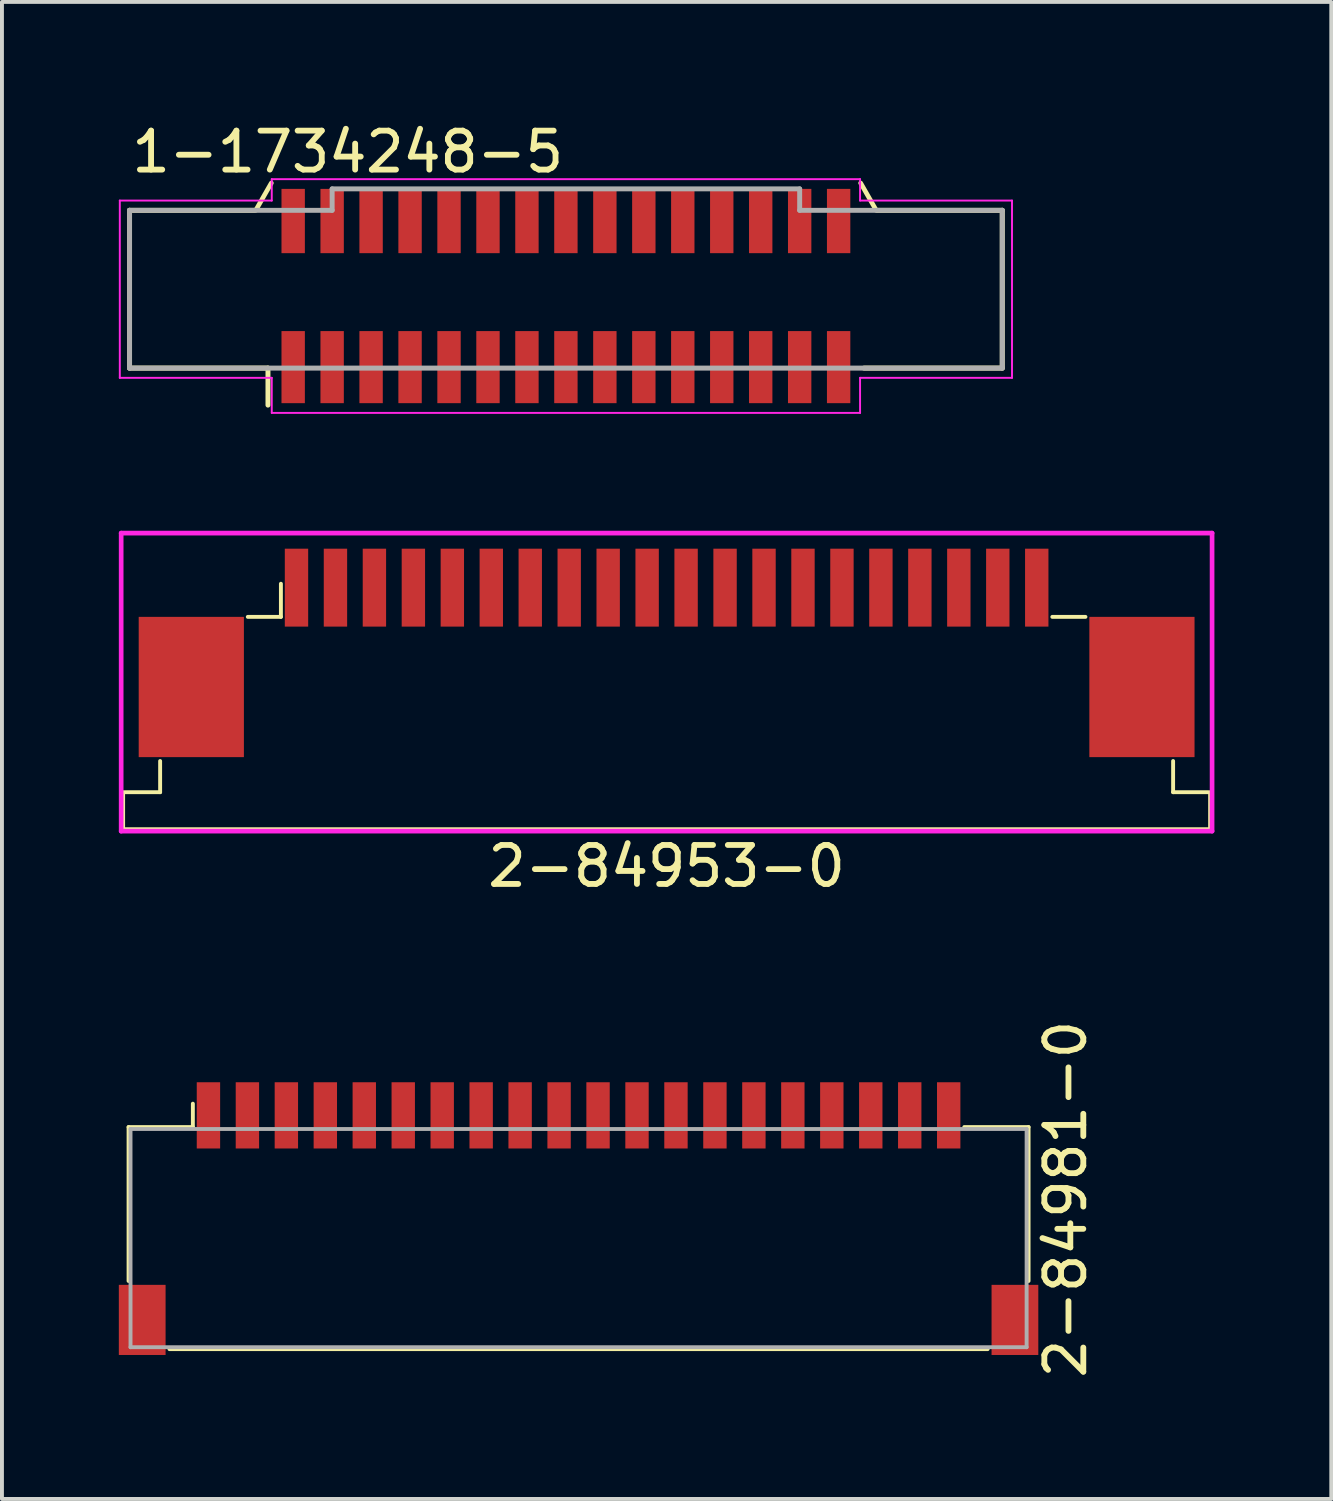
<source format=kicad_pcb>
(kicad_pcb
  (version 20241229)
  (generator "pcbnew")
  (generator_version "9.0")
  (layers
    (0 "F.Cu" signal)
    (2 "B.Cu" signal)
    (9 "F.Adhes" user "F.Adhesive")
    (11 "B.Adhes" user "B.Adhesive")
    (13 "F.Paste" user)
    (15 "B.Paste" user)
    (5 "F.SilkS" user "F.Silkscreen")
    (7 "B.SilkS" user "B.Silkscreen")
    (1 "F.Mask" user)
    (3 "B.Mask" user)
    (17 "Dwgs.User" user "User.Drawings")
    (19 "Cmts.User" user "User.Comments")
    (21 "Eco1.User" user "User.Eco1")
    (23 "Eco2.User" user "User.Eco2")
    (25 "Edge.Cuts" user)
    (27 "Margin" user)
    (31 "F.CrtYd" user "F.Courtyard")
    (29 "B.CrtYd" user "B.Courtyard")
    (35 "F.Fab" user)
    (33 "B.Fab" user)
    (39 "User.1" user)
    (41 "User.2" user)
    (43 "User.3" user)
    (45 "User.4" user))
  (footprint "2-84981-0"
    (layer "F.Cu")
    (at 11.8 28.728)
    (property "Reference" "2-84981-0" (at 12.5 -1 90) (layer "F.SilkS") (effects (font (size 1 1) (thickness 0.15))))
    (attr through_hole)
    (fp_line (start -11.55 -2.85) (end -9.9 -2.85) (stroke (width 0.1) (type solid)) (layer "F.SilkS"))
    (fp_line (start -11.55 1.1) (end -11.55 -2.85) (stroke (width 0.1) (type solid)) (layer "F.SilkS"))
    (fp_line (start -9.9 -3.45) (end -9.9 -2.85) (stroke (width 0.1) (type solid)) (layer "F.SilkS"))
    (fp_line (start 9.9 -2.85) (end 11.55 -2.85) (stroke (width 0.1) (type solid)) (layer "F.SilkS"))
    (fp_line (start 10.5 2.85) (end -10.5 2.85) (stroke (width 0.1) (type solid)) (layer "F.SilkS"))
    (fp_line (start 11.55 -2.85) (end 11.55 1.1) (stroke (width 0.1) (type solid)) (layer "F.SilkS"))
    (fp_line (start -11.5 -2.8) (end 11.5 -2.8) (stroke (width 0.1) (type solid)) (layer "F.Fab"))
    (fp_line (start -11.5 2.8) (end -11.5 -2.8) (stroke (width 0.1) (type solid)) (layer "F.Fab"))
    (fp_line (start 11.5 -2.8) (end 11.5 2.8) (stroke (width 0.1) (type solid)) (layer "F.Fab"))
    (fp_line (start 11.5 2.8) (end -11.5 2.8) (stroke (width 0.1) (type solid)) (layer "F.Fab"))
    (pad "" smd rect (at -11.2 2.1) (size 1.2 1.8) (layers "F.Cu" "F.Mask" "F.Paste"))
    (pad "" smd rect (at 11.2 2.1) (size 1.2 1.8) (layers "F.Cu" "F.Mask" "F.Paste"))
    (pad "1" smd rect (at -9.5 -3.15) (size 0.6 1.7) (layers "F.Cu" "F.Mask" "F.Paste"))
    (pad "2" smd rect (at -8.5 -3.15) (size 0.6 1.7) (layers "F.Cu" "F.Mask" "F.Paste"))
    (pad "3" smd rect (at -7.5 -3.15) (size 0.6 1.7) (layers "F.Cu" "F.Mask" "F.Paste"))
    (pad "4" smd rect (at -6.5 -3.15) (size 0.6 1.7) (layers "F.Cu" "F.Mask" "F.Paste"))
    (pad "5" smd rect (at -5.5 -3.15) (size 0.6 1.7) (layers "F.Cu" "F.Mask" "F.Paste"))
    (pad "6" smd rect (at -4.5 -3.15) (size 0.6 1.7) (layers "F.Cu" "F.Mask" "F.Paste"))
    (pad "7" smd rect (at -3.5 -3.15) (size 0.6 1.7) (layers "F.Cu" "F.Mask" "F.Paste"))
    (pad "8" smd rect (at -2.5 -3.15) (size 0.6 1.7) (layers "F.Cu" "F.Mask" "F.Paste"))
    (pad "9" smd rect (at -1.5 -3.15) (size 0.6 1.7) (layers "F.Cu" "F.Mask" "F.Paste"))
    (pad "10" smd rect (at -0.5 -3.15) (size 0.6 1.7) (layers "F.Cu" "F.Mask" "F.Paste"))
    (pad "11" smd rect (at 0.5 -3.15) (size 0.6 1.7) (layers "F.Cu" "F.Mask" "F.Paste"))
    (pad "12" smd rect (at 1.5 -3.15) (size 0.6 1.7) (layers "F.Cu" "F.Mask" "F.Paste"))
    (pad "13" smd rect (at 2.5 -3.15) (size 0.6 1.7) (layers "F.Cu" "F.Mask" "F.Paste"))
    (pad "14" smd rect (at 3.5 -3.15) (size 0.6 1.7) (layers "F.Cu" "F.Mask" "F.Paste"))
    (pad "15" smd rect (at 4.5 -3.15) (size 0.6 1.7) (layers "F.Cu" "F.Mask" "F.Paste"))
    (pad "16" smd rect (at 5.5 -3.15) (size 0.6 1.7) (layers "F.Cu" "F.Mask" "F.Paste"))
    (pad "17" smd rect (at 6.5 -3.15) (size 0.6 1.7) (layers "F.Cu" "F.Mask" "F.Paste"))
    (pad "18" smd rect (at 7.5 -3.15) (size 0.6 1.7) (layers "F.Cu" "F.Mask" "F.Paste"))
    (pad "19" smd rect (at 8.5 -3.15) (size 0.6 1.7) (layers "F.Cu" "F.Mask" "F.Paste"))
    (pad "20" smd rect (at 9.5 -3.15) (size 0.6 1.7) (layers "F.Cu" "F.Mask" "F.Paste")))
  (footprint "1-1734248-5"
    (layer "F.Cu")
    (at 11.475 4.348)
    (property "Reference" "1-1734248-5" (at -5.6 -3.5 0) (layer "F.SilkS") (effects (font (size 1 1) (thickness 0.15))))
    (attr through_hole)
    (fp_line (start -11.2 -2) (end -8 -2) (stroke (width 0.127) (type solid)) (layer "F.SilkS"))
    (fp_line (start -11.2 2.05) (end -11.2 -2) (stroke (width 0.127) (type solid)) (layer "F.SilkS"))
    (fp_line (start -11.2 2.05) (end -7.65 2.05) (stroke (width 0.127) (type solid)) (layer "F.SilkS"))
    (fp_line (start -7.647 3) (end -7.647 2.049) (stroke (width 0.127) (type solid)) (layer "F.SilkS"))
    (fp_line (start -7.561 -2.7) (end -7.961 -2) (stroke (width 0.12) (type solid)) (layer "F.SilkS"))
    (fp_line (start 7.565 -2.7) (end 7.965 -2) (stroke (width 0.12) (type solid)) (layer "F.SilkS"))
    (fp_line (start 11.2 -2) (end 8 -2) (stroke (width 0.127) (type solid)) (layer "F.SilkS"))
    (fp_line (start 11.2 2.05) (end 7.65 2.05) (stroke (width 0.127) (type solid)) (layer "F.SilkS"))
    (fp_line (start 11.2 2.05) (end 11.2 -2) (stroke (width 0.127) (type solid)) (layer "F.SilkS"))
    (fp_line (start -11.45 -2.25) (end -7.55 -2.25) (stroke (width 0.05) (type solid)) (layer "F.CrtYd"))
    (fp_line (start -11.45 2.3) (end -11.45 -2.25) (stroke (width 0.05) (type solid)) (layer "F.CrtYd"))
    (fp_line (start -7.55 -2.8) (end 7.55 -2.8) (stroke (width 0.05) (type solid)) (layer "F.CrtYd"))
    (fp_line (start -7.55 -2.25) (end -7.55 -2.8) (stroke (width 0.05) (type solid)) (layer "F.CrtYd"))
    (fp_line (start -7.55 2.3) (end -11.45 2.3) (stroke (width 0.05) (type solid)) (layer "F.CrtYd"))
    (fp_line (start -7.55 3.2) (end -7.55 2.3) (stroke (width 0.05) (type solid)) (layer "F.CrtYd"))
    (fp_line (start 7.55 -2.8) (end 7.55 -2.25) (stroke (width 0.05) (type solid)) (layer "F.CrtYd"))
    (fp_line (start 7.55 -2.25) (end 11.45 -2.25) (stroke (width 0.05) (type solid)) (layer "F.CrtYd"))
    (fp_line (start 7.55 2.3) (end 7.55 3.2) (stroke (width 0.05) (type solid)) (layer "F.CrtYd"))
    (fp_line (start 7.55 3.2) (end -7.55 3.2) (stroke (width 0.05) (type solid)) (layer "F.CrtYd"))
    (fp_line (start 11.45 -2.25) (end 11.45 2.3) (stroke (width 0.05) (type solid)) (layer "F.CrtYd"))
    (fp_line (start 11.45 2.3) (end 7.55 2.3) (stroke (width 0.05) (type solid)) (layer "F.CrtYd"))
    (fp_line (start -11.2 -2) (end -6 -2) (stroke (width 0.127) (type solid)) (layer "F.Fab"))
    (fp_line (start -11.2 2.05) (end -11.2 -2) (stroke (width 0.127) (type solid)) (layer "F.Fab"))
    (fp_line (start -6 -2.55) (end 6 -2.55) (stroke (width 0.127) (type solid)) (layer "F.Fab"))
    (fp_line (start -6 -2) (end -6 -2.55) (stroke (width 0.127) (type solid)) (layer "F.Fab"))
    (fp_line (start 6 -2) (end 6 -2.55) (stroke (width 0.127) (type solid)) (layer "F.Fab"))
    (fp_line (start 11.2 -2) (end 6 -2) (stroke (width 0.127) (type solid)) (layer "F.Fab"))
    (fp_line (start 11.2 2.05) (end -11.2 2.05) (stroke (width 0.127) (type solid)) (layer "F.Fab"))
    (fp_line (start 11.2 2.05) (end 11.2 -2) (stroke (width 0.127) (type solid)) (layer "F.Fab"))
    (pad "1" smd rect (at -7 2.025) (size 0.6 1.85) (layers "F.Cu" "F.Mask" "F.Paste"))
    (pad "2" smd rect (at -6 2.025) (size 0.6 1.85) (layers "F.Cu" "F.Mask" "F.Paste"))
    (pad "3" smd rect (at -5 2.025) (size 0.6 1.85) (layers "F.Cu" "F.Mask" "F.Paste"))
    (pad "4" smd rect (at -4 2.025) (size 0.6 1.85) (layers "F.Cu" "F.Mask" "F.Paste"))
    (pad "5" smd rect (at -3 2.025) (size 0.6 1.85) (layers "F.Cu" "F.Mask" "F.Paste"))
    (pad "6" smd rect (at -2 2.025) (size 0.6 1.85) (layers "F.Cu" "F.Mask" "F.Paste"))
    (pad "7" smd rect (at -1 2.025) (size 0.6 1.85) (layers "F.Cu" "F.Mask" "F.Paste"))
    (pad "8" smd rect (at 0 2.025) (size 0.6 1.85) (layers "F.Cu" "F.Mask" "F.Paste"))
    (pad "9" smd rect (at 1 2.025) (size 0.6 1.85) (layers "F.Cu" "F.Mask" "F.Paste"))
    (pad "10" smd rect (at 2 2.025) (size 0.6 1.85) (layers "F.Cu" "F.Mask" "F.Paste"))
    (pad "11" smd rect (at 3 2.025) (size 0.6 1.85) (layers "F.Cu" "F.Mask" "F.Paste"))
    (pad "12" smd rect (at 4 2.025) (size 0.6 1.85) (layers "F.Cu" "F.Mask" "F.Paste"))
    (pad "13" smd rect (at 5 2.025) (size 0.6 1.85) (layers "F.Cu" "F.Mask" "F.Paste"))
    (pad "14" smd rect (at 6 2.025) (size 0.6 1.85) (layers "F.Cu" "F.Mask" "F.Paste"))
    (pad "15" smd rect (at 7 2.025) (size 0.6 1.85) (layers "F.Cu" "F.Mask" "F.Paste"))
    (pad "16" smd rect (at 7 -1.725) (size 0.6 1.65) (layers "F.Cu" "F.Mask" "F.Paste"))
    (pad "17" smd rect (at 6 -1.725) (size 0.6 1.65) (layers "F.Cu" "F.Mask" "F.Paste"))
    (pad "18" smd rect (at 5 -1.725) (size 0.6 1.65) (layers "F.Cu" "F.Mask" "F.Paste"))
    (pad "19" smd rect (at 4 -1.725) (size 0.6 1.65) (layers "F.Cu" "F.Mask" "F.Paste"))
    (pad "20" smd rect (at 3 -1.725) (size 0.6 1.65) (layers "F.Cu" "F.Mask" "F.Paste"))
    (pad "21" smd rect (at 2 -1.725) (size 0.6 1.65) (layers "F.Cu" "F.Mask" "F.Paste"))
    (pad "22" smd rect (at 1 -1.725) (size 0.6 1.65) (layers "F.Cu" "F.Mask" "F.Paste"))
    (pad "23" smd rect (at 0 -1.725) (size 0.6 1.65) (layers "F.Cu" "F.Mask" "F.Paste"))
    (pad "24" smd rect (at -1 -1.725) (size 0.6 1.65) (layers "F.Cu" "F.Mask" "F.Paste"))
    (pad "25" smd rect (at -2 -1.725) (size 0.6 1.65) (layers "F.Cu" "F.Mask" "F.Paste"))
    (pad "26" smd rect (at -3 -1.725) (size 0.6 1.65) (layers "F.Cu" "F.Mask" "F.Paste"))
    (pad "27" smd rect (at -4 -1.725) (size 0.6 1.65) (layers "F.Cu" "F.Mask" "F.Paste"))
    (pad "28" smd rect (at -5 -1.725) (size 0.6 1.65) (layers "F.Cu" "F.Mask" "F.Paste"))
    (pad "29" smd rect (at -6 -1.725) (size 0.6 1.65) (layers "F.Cu" "F.Mask" "F.Paste"))
    (pad "30" smd rect (at -7 -1.725) (size 0.6 1.65) (layers "F.Cu" "F.Mask" "F.Paste")))
  (footprint "2-84953-0"
    (layer "F.Cu")
    (at 14.06 13.933)
    (property "Reference" "2-84953-0" (at 0 5.25 0) (layer "F.SilkS") (effects (font (size 1 1) (thickness 0.15))))
    (attr through_hole)
    (fp_line (start -13.95 3.35) (end -13.95 4.3) (stroke (width 0.1) (type solid)) (layer "F.SilkS"))
    (fp_line (start -13.95 4.3) (end 13.95 4.3) (stroke (width 0.1) (type solid)) (layer "F.SilkS"))
    (fp_line (start -13 2.55) (end -13 3.35) (stroke (width 0.1) (type solid)) (layer "F.SilkS"))
    (fp_line (start -13 3.35) (end -13.9 3.35) (stroke (width 0.1) (type solid)) (layer "F.SilkS"))
    (fp_line (start -9.9 -1.15) (end -10.75 -1.15) (stroke (width 0.1) (type solid)) (layer "F.SilkS"))
    (fp_line (start -9.9 -1.15) (end -9.9 -2) (stroke (width 0.1) (type solid)) (layer "F.SilkS"))
    (fp_line (start 9.9 -1.15) (end 10.75 -1.15) (stroke (width 0.1) (type solid)) (layer "F.SilkS"))
    (fp_line (start 13 2.55) (end 13 3.35) (stroke (width 0.1) (type solid)) (layer "F.SilkS"))
    (fp_line (start 13 3.35) (end 13.9 3.35) (stroke (width 0.1) (type solid)) (layer "F.SilkS"))
    (fp_line (start 13.95 3.35) (end 13.95 4.3) (stroke (width 0.1) (type solid)) (layer "F.SilkS"))
    (fp_line (start -14 -3.3) (end 14 -3.3) (stroke (width 0.12) (type solid)) (layer "F.CrtYd"))
    (fp_line (start -14 4.35) (end -14 -3.3) (stroke (width 0.12) (type solid)) (layer "F.CrtYd"))
    (fp_line (start 14 -3.3) (end 14 4.35) (stroke (width 0.12) (type solid)) (layer "F.CrtYd"))
    (fp_line (start 14 4.35) (end -14 4.35) (stroke (width 0.12) (type solid)) (layer "F.CrtYd"))
    (pad "" smd rect (at -12.2 0.65) (size 2.7 3.6) (layers "F.Cu" "F.Mask" "F.Paste"))
    (pad "" smd rect (at 12.2 0.65) (size 2.7 3.6) (layers "F.Cu" "F.Mask" "F.Paste"))
    (pad "1" smd rect (at -9.5 -1.9) (size 0.6 2) (layers "F.Cu" "F.Mask" "F.Paste"))
    (pad "2" smd rect (at -8.5 -1.9) (size 0.6 2) (layers "F.Cu" "F.Mask" "F.Paste"))
    (pad "3" smd rect (at -7.5 -1.9) (size 0.6 2) (layers "F.Cu" "F.Mask" "F.Paste"))
    (pad "4" smd rect (at -6.5 -1.9) (size 0.6 2) (layers "F.Cu" "F.Mask" "F.Paste"))
    (pad "5" smd rect (at -5.5 -1.9) (size 0.6 2) (layers "F.Cu" "F.Mask" "F.Paste"))
    (pad "6" smd rect (at -4.5 -1.9) (size 0.6 2) (layers "F.Cu" "F.Mask" "F.Paste"))
    (pad "7" smd rect (at -3.5 -1.9) (size 0.6 2) (layers "F.Cu" "F.Mask" "F.Paste"))
    (pad "8" smd rect (at -2.5 -1.9) (size 0.6 2) (layers "F.Cu" "F.Mask" "F.Paste"))
    (pad "9" smd rect (at -1.5 -1.9) (size 0.6 2) (layers "F.Cu" "F.Mask" "F.Paste"))
    (pad "10" smd rect (at -0.5 -1.9) (size 0.6 2) (layers "F.Cu" "F.Mask" "F.Paste"))
    (pad "11" smd rect (at 0.5 -1.9) (size 0.6 2) (layers "F.Cu" "F.Mask" "F.Paste"))
    (pad "12" smd rect (at 1.5 -1.9) (size 0.6 2) (layers "F.Cu" "F.Mask" "F.Paste"))
    (pad "13" smd rect (at 2.5 -1.9) (size 0.6 2) (layers "F.Cu" "F.Mask" "F.Paste"))
    (pad "14" smd rect (at 3.5 -1.9) (size 0.6 2) (layers "F.Cu" "F.Mask" "F.Paste"))
    (pad "15" smd rect (at 4.5 -1.9) (size 0.6 2) (layers "F.Cu" "F.Mask" "F.Paste"))
    (pad "16" smd rect (at 5.5 -1.9) (size 0.6 2) (layers "F.Cu" "F.Mask" "F.Paste"))
    (pad "17" smd rect (at 6.5 -1.9) (size 0.6 2) (layers "F.Cu" "F.Mask" "F.Paste"))
    (pad "18" smd rect (at 7.5 -1.9) (size 0.6 2) (layers "F.Cu" "F.Mask" "F.Paste"))
    (pad "19" smd rect (at 8.5 -1.9) (size 0.6 2) (layers "F.Cu" "F.Mask" "F.Paste"))
    (pad "20" smd rect (at 9.5 -1.9) (size 0.6 2) (layers "F.Cu" "F.Mask" "F.Paste")))
  (gr_rect
    (start -3 -3)
    (end 31.12 35.424)
    (stroke (width 0.1) (type default))
    (fill no)
    (layer "Edge.Cuts")))
</source>
